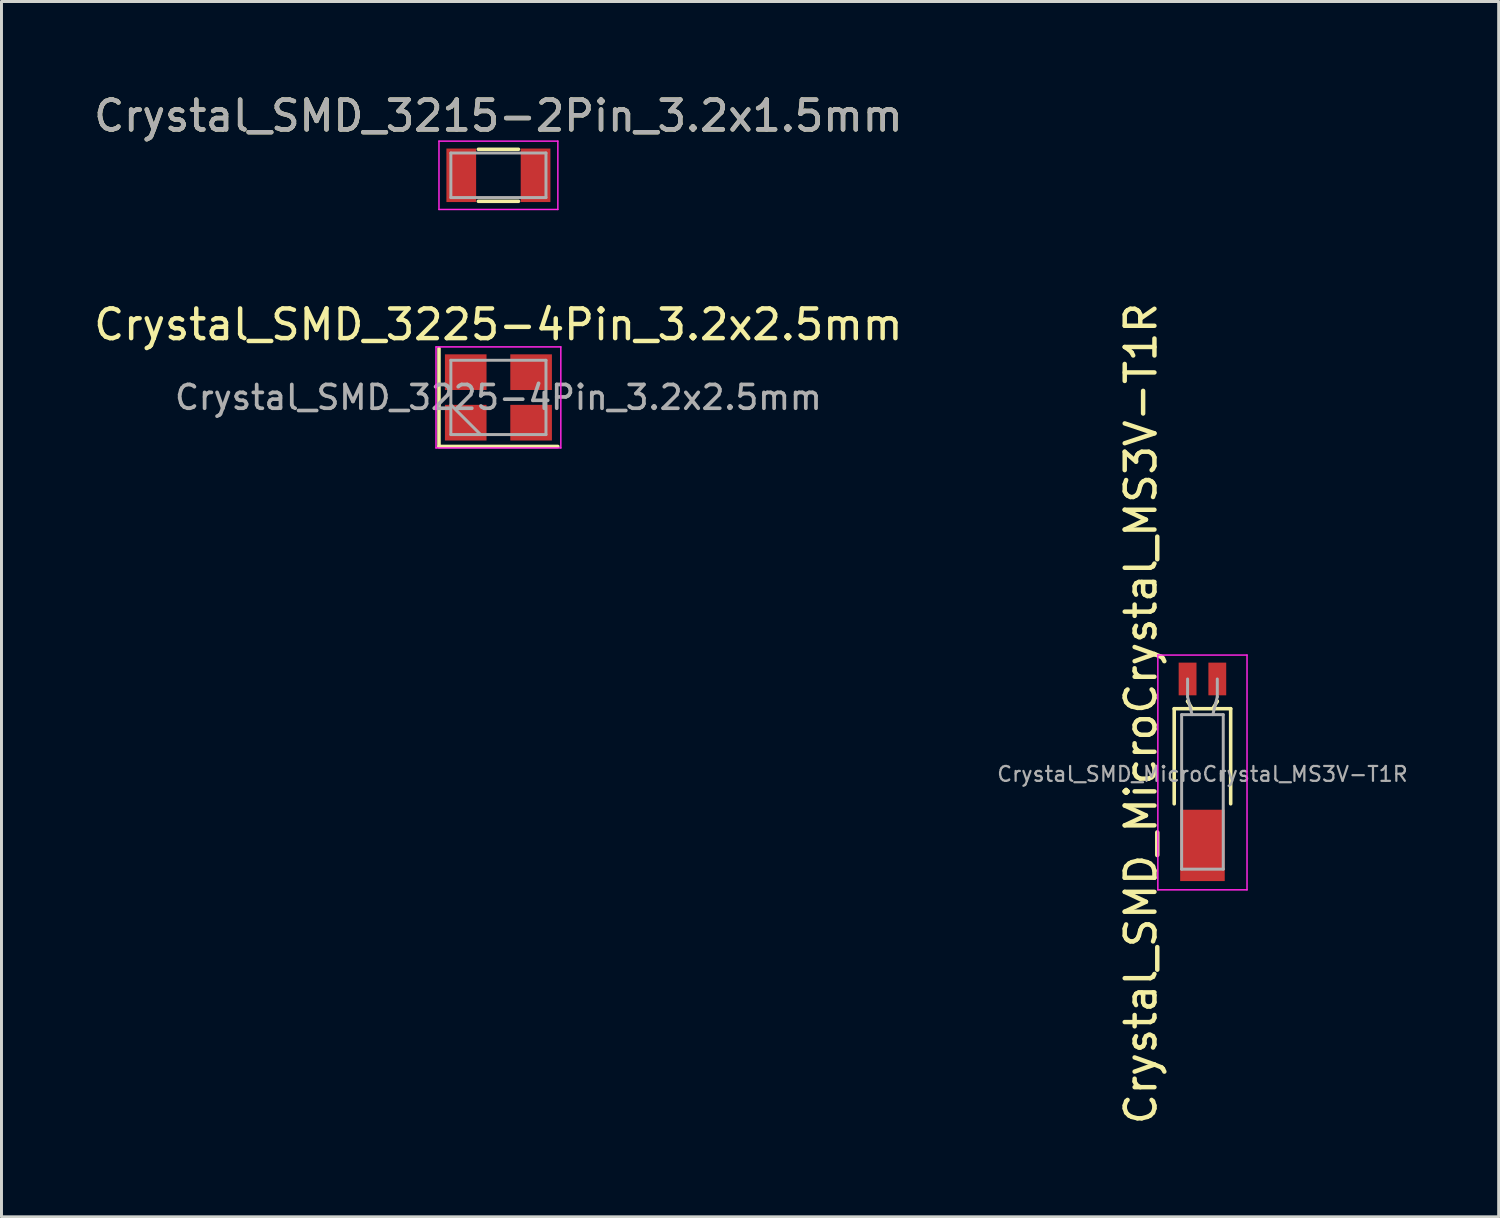
<source format=kicad_pcb>
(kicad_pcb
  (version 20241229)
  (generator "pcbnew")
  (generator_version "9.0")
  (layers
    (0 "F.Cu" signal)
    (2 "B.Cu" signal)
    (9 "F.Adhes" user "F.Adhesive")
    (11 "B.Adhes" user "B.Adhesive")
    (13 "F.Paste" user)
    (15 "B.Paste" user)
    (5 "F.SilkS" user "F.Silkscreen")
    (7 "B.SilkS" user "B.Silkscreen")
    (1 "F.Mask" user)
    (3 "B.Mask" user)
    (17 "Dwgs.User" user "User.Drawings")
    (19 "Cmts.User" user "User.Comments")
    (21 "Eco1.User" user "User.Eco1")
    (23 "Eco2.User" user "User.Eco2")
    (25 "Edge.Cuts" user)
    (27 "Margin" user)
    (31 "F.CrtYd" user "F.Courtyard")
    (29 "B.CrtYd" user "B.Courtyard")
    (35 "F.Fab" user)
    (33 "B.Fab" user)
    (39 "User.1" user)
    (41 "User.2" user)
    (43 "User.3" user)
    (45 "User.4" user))
  (footprint "Crystal_SMD_3215-2Pin_3.2x1.5mm"
    (layer "F.Cu")
    (at 13.72 2.848)
    (property "Reference" "Crystal_SMD_3215-2Pin_3.2x1.5mm" (at 0 -2 0) (layer "F.SilkS") (effects (font (size 1 1) (thickness 0.15))))
    (attr smd)
    (fp_line (start -0.675 -0.875) (end 0.675 -0.875) (stroke (width 0.12) (type solid)) (layer "F.SilkS"))
    (fp_line (start -0.675 0.875) (end 0.675 0.875) (stroke (width 0.12) (type solid)) (layer "F.SilkS"))
    (fp_line (start -2 -1.15) (end -2 1.15) (stroke (width 0.05) (type solid)) (layer "F.CrtYd"))
    (fp_line (start -2 -1.15) (end 2 -1.15) (stroke (width 0.05) (type solid)) (layer "F.CrtYd"))
    (fp_line (start -2 1.15) (end 2 1.15) (stroke (width 0.05) (type solid)) (layer "F.CrtYd"))
    (fp_line (start 2 -1.15) (end 2 1.15) (stroke (width 0.05) (type solid)) (layer "F.CrtYd"))
    (fp_line (start -1.6 -0.75) (end -1.6 0.75) (stroke (width 0.1) (type solid)) (layer "F.Fab"))
    (fp_line (start -1.6 -0.75) (end 1.6 -0.75) (stroke (width 0.1) (type solid)) (layer "F.Fab"))
    (fp_line (start -1.6 0.75) (end 1.6 0.75) (stroke (width 0.1) (type solid)) (layer "F.Fab"))
    (fp_line (start 1.6 -0.75) (end 1.6 0.75) (stroke (width 0.1) (type solid)) (layer "F.Fab"))
    (fp_text user "${REFERENCE}" (at 0 -2 0) (layer "F.Fab") (effects (font (size 1 1) (thickness 0.15))))
    (pad "1" smd rect (at 1.25 0) (size 1 1.8) (layers "F.Cu" "F.Mask" "F.Paste"))
    (pad "2" smd rect (at -1.25 0) (size 1 1.8) (layers "F.Cu" "F.Mask" "F.Paste")))
  (footprint "Crystal_SMD_MicroCrystal_MS3V-T1R"
    (layer "F.Cu")
    (at 37.408 22.92)
    (property "Reference" "Crystal_SMD_MicroCrystal_MS3V-T1R" (at -2.07 -1.962 90) (layer "F.SilkS") (effects (font (size 1 1) (thickness 0.15))))
    (attr smd)
    (fp_line (start -0.95 -2.125) (end 0.95 -2.125) (stroke (width 0.12) (type solid)) (layer "F.SilkS"))
    (fp_line (start -0.95 1.075) (end -0.95 -2.125) (stroke (width 0.12) (type solid)) (layer "F.SilkS"))
    (fp_line (start -0.5 -2.375) (end -0.5 -2.375) (stroke (width 0.12) (type solid)) (layer "F.SilkS"))
    (fp_line (start -0.35 -2.125) (end -0.5 -2.375) (stroke (width 0.12) (type solid)) (layer "F.SilkS"))
    (fp_line (start 0.35 -2.125) (end 0.5 -2.375) (stroke (width 0.12) (type solid)) (layer "F.SilkS"))
    (fp_line (start 0.5 -2.375) (end 0.5 -2.375) (stroke (width 0.12) (type solid)) (layer "F.SilkS"))
    (fp_line (start 0.95 -2.125) (end 0.95 1.075) (stroke (width 0.12) (type solid)) (layer "F.SilkS"))
    (fp_line (start -1.5 -3.93) (end -1.5 3.97) (stroke (width 0.05) (type solid)) (layer "F.CrtYd"))
    (fp_line (start -1.5 3.97) (end 1.5 3.97) (stroke (width 0.05) (type solid)) (layer "F.CrtYd"))
    (fp_line (start 1.5 -3.93) (end -1.5 -3.93) (stroke (width 0.05) (type solid)) (layer "F.CrtYd"))
    (fp_line (start 1.5 3.97) (end 1.5 -3.93) (stroke (width 0.05) (type solid)) (layer "F.CrtYd"))
    (fp_line (start -0.7 -1.925) (end -0.7 3.275) (stroke (width 0.1) (type solid)) (layer "F.Fab"))
    (fp_line (start -0.7 3.275) (end 0.7 3.275) (stroke (width 0.1) (type solid)) (layer "F.Fab"))
    (fp_line (start -0.5 -2.525) (end -0.5 -3.125) (stroke (width 0.1) (type solid)) (layer "F.Fab"))
    (fp_line (start -0.35 -1.925) (end -0.5 -2.525) (stroke (width 0.1) (type solid)) (layer "F.Fab"))
    (fp_line (start 0.35 -1.925) (end 0.5 -2.525) (stroke (width 0.1) (type solid)) (layer "F.Fab"))
    (fp_line (start 0.5 -2.525) (end 0.5 -3.125) (stroke (width 0.1) (type solid)) (layer "F.Fab"))
    (fp_line (start 0.7 -1.925) (end -0.7 -1.925) (stroke (width 0.1) (type solid)) (layer "F.Fab"))
    (fp_line (start 0.7 3.275) (end 0.7 -1.925) (stroke (width 0.1) (type solid)) (layer "F.Fab"))
    (fp_text user "${REFERENCE}" (at 0 0.075 0) (layer "F.Fab") (effects (font (size 0.5 0.5) (thickness 0.075))))
    (pad "1" smd rect (at -0.5 -3.125) (size 0.6 1.1) (layers "F.Cu" "F.Mask" "F.Paste"))
    (pad "2" smd rect (at 0.5 -3.125) (size 0.6 1.1) (layers "F.Cu" "F.Mask" "F.Paste"))
    (pad "3" smd rect (at 0 2.475) (size 1.5 2.4) (layers "F.Cu" "F.Mask" "F.Paste")))
  (footprint "Crystal_SMD_3225-4Pin_3.2x2.5mm"
    (layer "F.Cu")
    (at 13.72 10.322)
    (property "Reference" "Crystal_SMD_3225-4Pin_3.2x2.5mm" (at 0 -2.45 0) (layer "F.SilkS") (effects (font (size 1 1) (thickness 0.15))))
    (attr smd)
    (fp_line (start -2 -1.65) (end -2 1.65) (stroke (width 0.12) (type solid)) (layer "F.SilkS"))
    (fp_line (start -2 1.65) (end 2 1.65) (stroke (width 0.12) (type solid)) (layer "F.SilkS"))
    (fp_line (start -2.1 -1.7) (end -2.1 1.7) (stroke (width 0.05) (type solid)) (layer "F.CrtYd"))
    (fp_line (start -2.1 1.7) (end 2.1 1.7) (stroke (width 0.05) (type solid)) (layer "F.CrtYd"))
    (fp_line (start 2.1 -1.7) (end -2.1 -1.7) (stroke (width 0.05) (type solid)) (layer "F.CrtYd"))
    (fp_line (start 2.1 1.7) (end 2.1 -1.7) (stroke (width 0.05) (type solid)) (layer "F.CrtYd"))
    (fp_line (start -1.6 -1.25) (end -1.6 1.25) (stroke (width 0.1) (type solid)) (layer "F.Fab"))
    (fp_line (start -1.6 0.25) (end -0.6 1.25) (stroke (width 0.1) (type solid)) (layer "F.Fab"))
    (fp_line (start -1.6 1.25) (end 1.6 1.25) (stroke (width 0.1) (type solid)) (layer "F.Fab"))
    (fp_line (start 1.6 -1.25) (end -1.6 -1.25) (stroke (width 0.1) (type solid)) (layer "F.Fab"))
    (fp_line (start 1.6 1.25) (end 1.6 -1.25) (stroke (width 0.1) (type solid)) (layer "F.Fab"))
    (fp_text user "${REFERENCE}" (at 0 0 0) (layer "F.Fab") (effects (font (size 0.8 0.8) (thickness 0.125))))
    (pad "1" smd rect (at -1.1 0.85) (size 1.4 1.2) (layers "F.Cu" "F.Mask" "F.Paste"))
    (pad "2" smd rect (at 1.1 0.85) (size 1.4 1.2) (layers "F.Cu" "F.Mask" "F.Paste"))
    (pad "3" smd rect (at 1.1 -0.85) (size 1.4 1.2) (layers "F.Cu" "F.Mask" "F.Paste"))
    (pad "4" smd rect (at -1.1 -0.85) (size 1.4 1.2) (layers "F.Cu" "F.Mask" "F.Paste")))
  (gr_rect
    (start -3 -3)
    (end 47.375 37.892)
    (stroke (width 0.1) (type default))
    (fill no)
    (layer "Edge.Cuts")))
</source>
